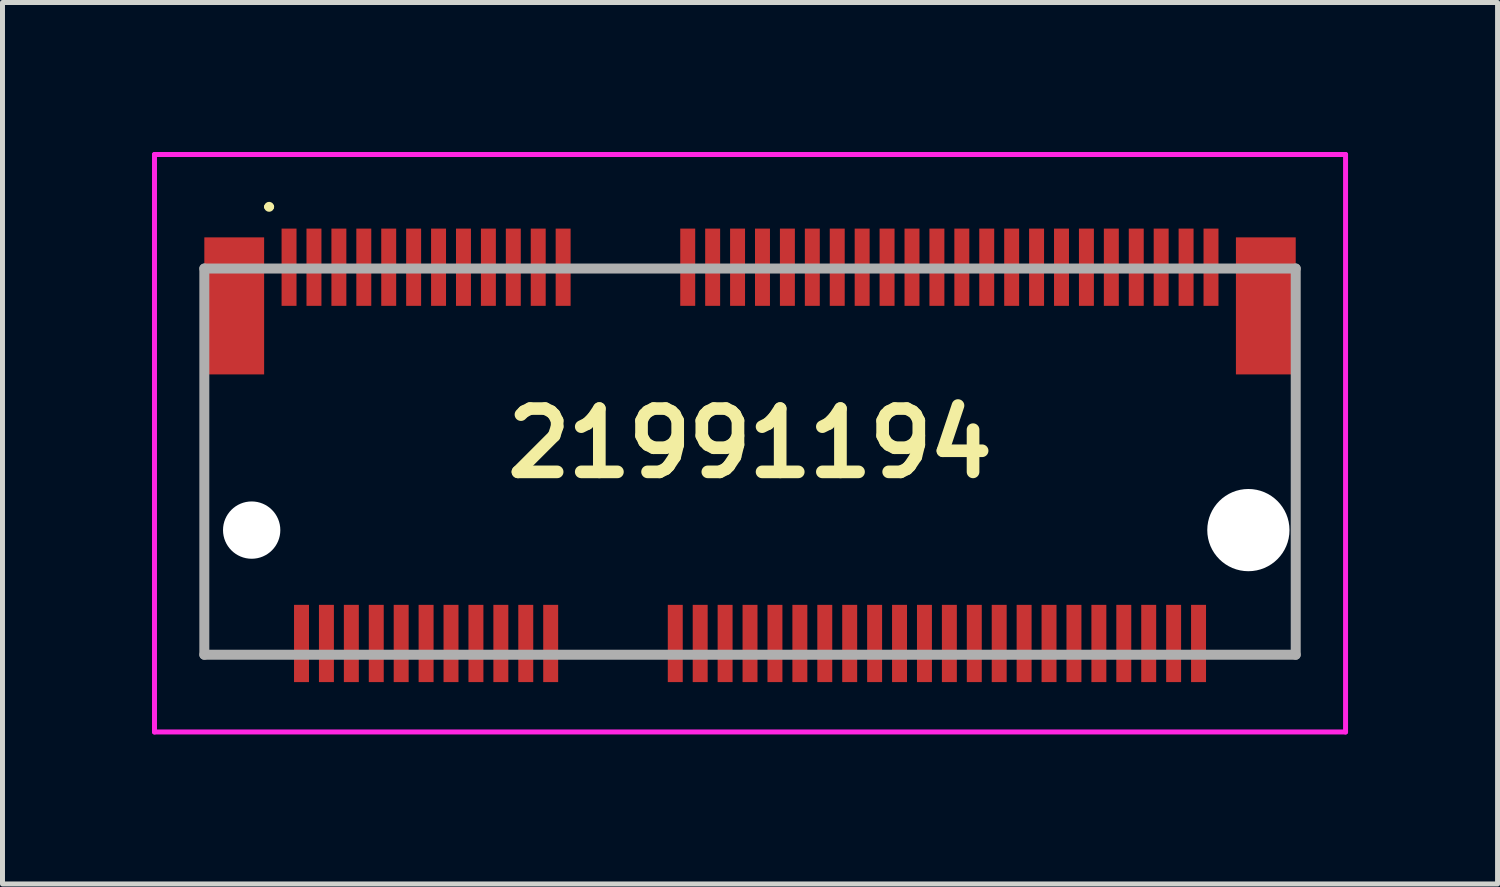
<source format=kicad_pcb>
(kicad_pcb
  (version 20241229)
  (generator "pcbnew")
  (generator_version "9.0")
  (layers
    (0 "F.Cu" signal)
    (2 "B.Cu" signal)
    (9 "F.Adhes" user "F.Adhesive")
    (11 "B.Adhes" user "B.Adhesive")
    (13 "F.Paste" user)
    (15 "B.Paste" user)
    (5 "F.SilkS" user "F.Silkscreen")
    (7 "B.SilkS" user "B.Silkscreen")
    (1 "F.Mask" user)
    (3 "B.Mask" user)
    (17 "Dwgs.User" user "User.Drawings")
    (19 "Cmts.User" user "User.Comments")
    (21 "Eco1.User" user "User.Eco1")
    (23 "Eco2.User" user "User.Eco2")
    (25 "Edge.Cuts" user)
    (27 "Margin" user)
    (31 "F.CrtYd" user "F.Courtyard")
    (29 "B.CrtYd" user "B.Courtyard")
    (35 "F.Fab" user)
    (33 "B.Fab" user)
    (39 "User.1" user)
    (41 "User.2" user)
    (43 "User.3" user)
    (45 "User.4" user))
  (footprint "21991194"
    (layer "F.Cu")
    (at 12 6.2)
    (property "Reference" "21991194" (at 0 -0.356 0) (layer "F.SilkS") (effects (font (size 1.27 1.27) (thickness 0.254))))
    (attr through_hole)
    (fp_line (start -10.95 -1.312) (end -10.95 3.888) (stroke (width 0.1) (type solid)) (layer "F.SilkS"))
    (fp_line (start -10.95 3.888) (end -9.5 3.888) (stroke (width 0.1) (type solid)) (layer "F.SilkS"))
    (fp_line (start -9.7 -5.1) (end -9.7 -5.1) (stroke (width 0.1) (type solid)) (layer "F.SilkS"))
    (fp_line (start -9.6 -5.1) (end -9.6 -5.1) (stroke (width 0.1) (type solid)) (layer "F.SilkS"))
    (fp_line (start -3.5 3.888) (end -2 3.888) (stroke (width 0.1) (type solid)) (layer "F.SilkS"))
    (fp_line (start -3.2 -3.888) (end -1.7 -3.888) (stroke (width 0.1) (type solid)) (layer "F.SilkS"))
    (fp_line (start 10.95 -1.312) (end 10.95 3.888) (stroke (width 0.1) (type solid)) (layer "F.SilkS"))
    (fp_line (start 10.95 3.888) (end 9.4 3.888) (stroke (width 0.1) (type solid)) (layer "F.SilkS"))
    (fp_arc (start -9.7 -5.1) (mid -9.65 -5.15) (end -9.6 -5.1) (stroke (width 0.1) (type solid)) (layer "F.SilkS"))
    (fp_arc (start -9.6 -5.1) (mid -9.65 -5.05) (end -9.7 -5.1) (stroke (width 0.1) (type solid)) (layer "F.SilkS"))
    (fp_line (start -11.95 -6.15) (end 11.95 -6.15) (stroke (width 0.1) (type solid)) (layer "F.CrtYd"))
    (fp_line (start -11.95 5.438) (end -11.95 -6.15) (stroke (width 0.1) (type solid)) (layer "F.CrtYd"))
    (fp_line (start 11.95 -6.15) (end 11.95 5.438) (stroke (width 0.1) (type solid)) (layer "F.CrtYd"))
    (fp_line (start 11.95 5.438) (end -11.95 5.438) (stroke (width 0.1) (type solid)) (layer "F.CrtYd"))
    (fp_line (start -10.95 -3.862) (end 10.95 -3.862) (stroke (width 0.2) (type solid)) (layer "F.Fab"))
    (fp_line (start -10.95 3.888) (end -10.95 -3.862) (stroke (width 0.2) (type solid)) (layer "F.Fab"))
    (fp_line (start 10.95 -3.862) (end 10.95 3.888) (stroke (width 0.2) (type solid)) (layer "F.Fab"))
    (fp_line (start 10.95 3.888) (end -10.95 3.888) (stroke (width 0.2) (type solid)) (layer "F.Fab"))
    (pad "" np_thru_hole circle (at -10 1.387) (size 1.15 1.15) (drill 1.15) (layers "*.Cu" "*.Mask"))
    (pad "" np_thru_hole circle (at 10 1.387) (size 1.65 1.65) (drill 1.65) (layers "*.Cu" "*.Mask"))
    (pad "1" smd rect (at -9.25 -3.888) (size 0.3 1.55) (layers "F.Cu" "F.Mask" "F.Paste"))
    (pad "2" smd rect (at -9 3.662) (size 0.3 1.55) (layers "F.Cu" "F.Mask" "F.Paste"))
    (pad "3" smd rect (at -8.75 -3.888) (size 0.3 1.55) (layers "F.Cu" "F.Mask" "F.Paste"))
    (pad "4" smd rect (at -8.5 3.662) (size 0.3 1.55) (layers "F.Cu" "F.Mask" "F.Paste"))
    (pad "5" smd rect (at -8.25 -3.888) (size 0.3 1.55) (layers "F.Cu" "F.Mask" "F.Paste"))
    (pad "6" smd rect (at -8 3.662) (size 0.3 1.55) (layers "F.Cu" "F.Mask" "F.Paste"))
    (pad "7" smd rect (at -7.75 -3.888) (size 0.3 1.55) (layers "F.Cu" "F.Mask" "F.Paste"))
    (pad "8" smd rect (at -7.5 3.662) (size 0.3 1.55) (layers "F.Cu" "F.Mask" "F.Paste"))
    (pad "9" smd rect (at -7.25 -3.888) (size 0.3 1.55) (layers "F.Cu" "F.Mask" "F.Paste"))
    (pad "10" smd rect (at -7 3.662) (size 0.3 1.55) (layers "F.Cu" "F.Mask" "F.Paste"))
    (pad "11" smd rect (at -6.75 -3.888) (size 0.3 1.55) (layers "F.Cu" "F.Mask" "F.Paste"))
    (pad "12" smd rect (at -6.5 3.662) (size 0.3 1.55) (layers "F.Cu" "F.Mask" "F.Paste"))
    (pad "13" smd rect (at -6.25 -3.888) (size 0.3 1.55) (layers "F.Cu" "F.Mask" "F.Paste"))
    (pad "14" smd rect (at -6 3.662) (size 0.3 1.55) (layers "F.Cu" "F.Mask" "F.Paste"))
    (pad "15" smd rect (at -5.75 -3.888) (size 0.3 1.55) (layers "F.Cu" "F.Mask" "F.Paste"))
    (pad "16" smd rect (at -5.5 3.662) (size 0.3 1.55) (layers "F.Cu" "F.Mask" "F.Paste"))
    (pad "17" smd rect (at -5.25 -3.888) (size 0.3 1.55) (layers "F.Cu" "F.Mask" "F.Paste"))
    (pad "18" smd rect (at -5 3.662) (size 0.3 1.55) (layers "F.Cu" "F.Mask" "F.Paste"))
    (pad "19" smd rect (at -4.75 -3.888) (size 0.3 1.55) (layers "F.Cu" "F.Mask" "F.Paste"))
    (pad "20" smd rect (at -4.5 3.662) (size 0.3 1.55) (layers "F.Cu" "F.Mask" "F.Paste"))
    (pad "21" smd rect (at -4.25 -3.888) (size 0.3 1.55) (layers "F.Cu" "F.Mask" "F.Paste"))
    (pad "22" smd rect (at -4 3.662) (size 0.3 1.55) (layers "F.Cu" "F.Mask" "F.Paste"))
    (pad "23" smd rect (at -3.75 -3.888) (size 0.3 1.55) (layers "F.Cu" "F.Mask" "F.Paste"))
    (pad "32" smd rect (at -1.5 3.662) (size 0.3 1.55) (layers "F.Cu" "F.Mask" "F.Paste"))
    (pad "33" smd rect (at -1.25 -3.888) (size 0.3 1.55) (layers "F.Cu" "F.Mask" "F.Paste"))
    (pad "34" smd rect (at -1 3.662) (size 0.3 1.55) (layers "F.Cu" "F.Mask" "F.Paste"))
    (pad "35" smd rect (at -0.75 -3.888) (size 0.3 1.55) (layers "F.Cu" "F.Mask" "F.Paste"))
    (pad "36" smd rect (at -0.5 3.662) (size 0.3 1.55) (layers "F.Cu" "F.Mask" "F.Paste"))
    (pad "37" smd rect (at -0.25 -3.888) (size 0.3 1.55) (layers "F.Cu" "F.Mask" "F.Paste"))
    (pad "38" smd rect (at 0 3.662) (size 0.3 1.55) (layers "F.Cu" "F.Mask" "F.Paste"))
    (pad "39" smd rect (at 0.25 -3.888) (size 0.3 1.55) (layers "F.Cu" "F.Mask" "F.Paste"))
    (pad "40" smd rect (at 0.5 3.662) (size 0.3 1.55) (layers "F.Cu" "F.Mask" "F.Paste"))
    (pad "41" smd rect (at 0.75 -3.888) (size 0.3 1.55) (layers "F.Cu" "F.Mask" "F.Paste"))
    (pad "42" smd rect (at 1 3.662) (size 0.3 1.55) (layers "F.Cu" "F.Mask" "F.Paste"))
    (pad "43" smd rect (at 1.25 -3.888) (size 0.3 1.55) (layers "F.Cu" "F.Mask" "F.Paste"))
    (pad "44" smd rect (at 1.5 3.662) (size 0.3 1.55) (layers "F.Cu" "F.Mask" "F.Paste"))
    (pad "45" smd rect (at 1.75 -3.888) (size 0.3 1.55) (layers "F.Cu" "F.Mask" "F.Paste"))
    (pad "46" smd rect (at 2 3.662) (size 0.3 1.55) (layers "F.Cu" "F.Mask" "F.Paste"))
    (pad "47" smd rect (at 2.25 -3.888) (size 0.3 1.55) (layers "F.Cu" "F.Mask" "F.Paste"))
    (pad "48" smd rect (at 2.5 3.662) (size 0.3 1.55) (layers "F.Cu" "F.Mask" "F.Paste"))
    (pad "49" smd rect (at 2.75 -3.888) (size 0.3 1.55) (layers "F.Cu" "F.Mask" "F.Paste"))
    (pad "50" smd rect (at 3 3.662) (size 0.3 1.55) (layers "F.Cu" "F.Mask" "F.Paste"))
    (pad "51" smd rect (at 3.25 -3.888) (size 0.3 1.55) (layers "F.Cu" "F.Mask" "F.Paste"))
    (pad "52" smd rect (at 3.5 3.662) (size 0.3 1.55) (layers "F.Cu" "F.Mask" "F.Paste"))
    (pad "53" smd rect (at 3.75 -3.888) (size 0.3 1.55) (layers "F.Cu" "F.Mask" "F.Paste"))
    (pad "54" smd rect (at 4 3.662) (size 0.3 1.55) (layers "F.Cu" "F.Mask" "F.Paste"))
    (pad "55" smd rect (at 4.25 -3.888) (size 0.3 1.55) (layers "F.Cu" "F.Mask" "F.Paste"))
    (pad "56" smd rect (at 4.5 3.662) (size 0.3 1.55) (layers "F.Cu" "F.Mask" "F.Paste"))
    (pad "57" smd rect (at 4.75 -3.888) (size 0.3 1.55) (layers "F.Cu" "F.Mask" "F.Paste"))
    (pad "58" smd rect (at 5 3.662) (size 0.3 1.55) (layers "F.Cu" "F.Mask" "F.Paste"))
    (pad "59" smd rect (at 5.25 -3.888) (size 0.3 1.55) (layers "F.Cu" "F.Mask" "F.Paste"))
    (pad "60" smd rect (at 5.5 3.662) (size 0.3 1.55) (layers "F.Cu" "F.Mask" "F.Paste"))
    (pad "61" smd rect (at 5.75 -3.888) (size 0.3 1.55) (layers "F.Cu" "F.Mask" "F.Paste"))
    (pad "62" smd rect (at 6 3.662) (size 0.3 1.55) (layers "F.Cu" "F.Mask" "F.Paste"))
    (pad "63" smd rect (at 6.25 -3.888) (size 0.3 1.55) (layers "F.Cu" "F.Mask" "F.Paste"))
    (pad "64" smd rect (at 6.5 3.662) (size 0.3 1.55) (layers "F.Cu" "F.Mask" "F.Paste"))
    (pad "65" smd rect (at 6.75 -3.888) (size 0.3 1.55) (layers "F.Cu" "F.Mask" "F.Paste"))
    (pad "66" smd rect (at 7 3.662) (size 0.3 1.55) (layers "F.Cu" "F.Mask" "F.Paste"))
    (pad "67" smd rect (at 7.25 -3.888) (size 0.3 1.55) (layers "F.Cu" "F.Mask" "F.Paste"))
    (pad "68" smd rect (at 7.5 3.662) (size 0.3 1.55) (layers "F.Cu" "F.Mask" "F.Paste"))
    (pad "69" smd rect (at 7.75 -3.888) (size 0.3 1.55) (layers "F.Cu" "F.Mask" "F.Paste"))
    (pad "70" smd rect (at 8 3.662) (size 0.3 1.55) (layers "F.Cu" "F.Mask" "F.Paste"))
    (pad "71" smd rect (at 8.25 -3.888) (size 0.3 1.55) (layers "F.Cu" "F.Mask" "F.Paste"))
    (pad "72" smd rect (at 8.5 3.662) (size 0.3 1.55) (layers "F.Cu" "F.Mask" "F.Paste"))
    (pad "73" smd rect (at 8.75 -3.888) (size 0.3 1.55) (layers "F.Cu" "F.Mask" "F.Paste"))
    (pad "74" smd rect (at 9 3.662) (size 0.3 1.55) (layers "F.Cu" "F.Mask" "F.Paste"))
    (pad "75" smd rect (at 9.25 -3.888) (size 0.3 1.55) (layers "F.Cu" "F.Mask" "F.Paste"))
    (pad "MP1" smd rect (at -10.35 -3.112) (size 1.2 2.75) (layers "F.Cu" "F.Mask" "F.Paste"))
    (pad "MP2" smd rect (at 10.35 -3.112) (size 1.2 2.75) (layers "F.Cu" "F.Mask" "F.Paste")))
  (gr_rect
    (start -3 -3)
    (end 27 14.688)
    (stroke (width 0.1) (type default))
    (fill no)
    (layer "Edge.Cuts")))
</source>
